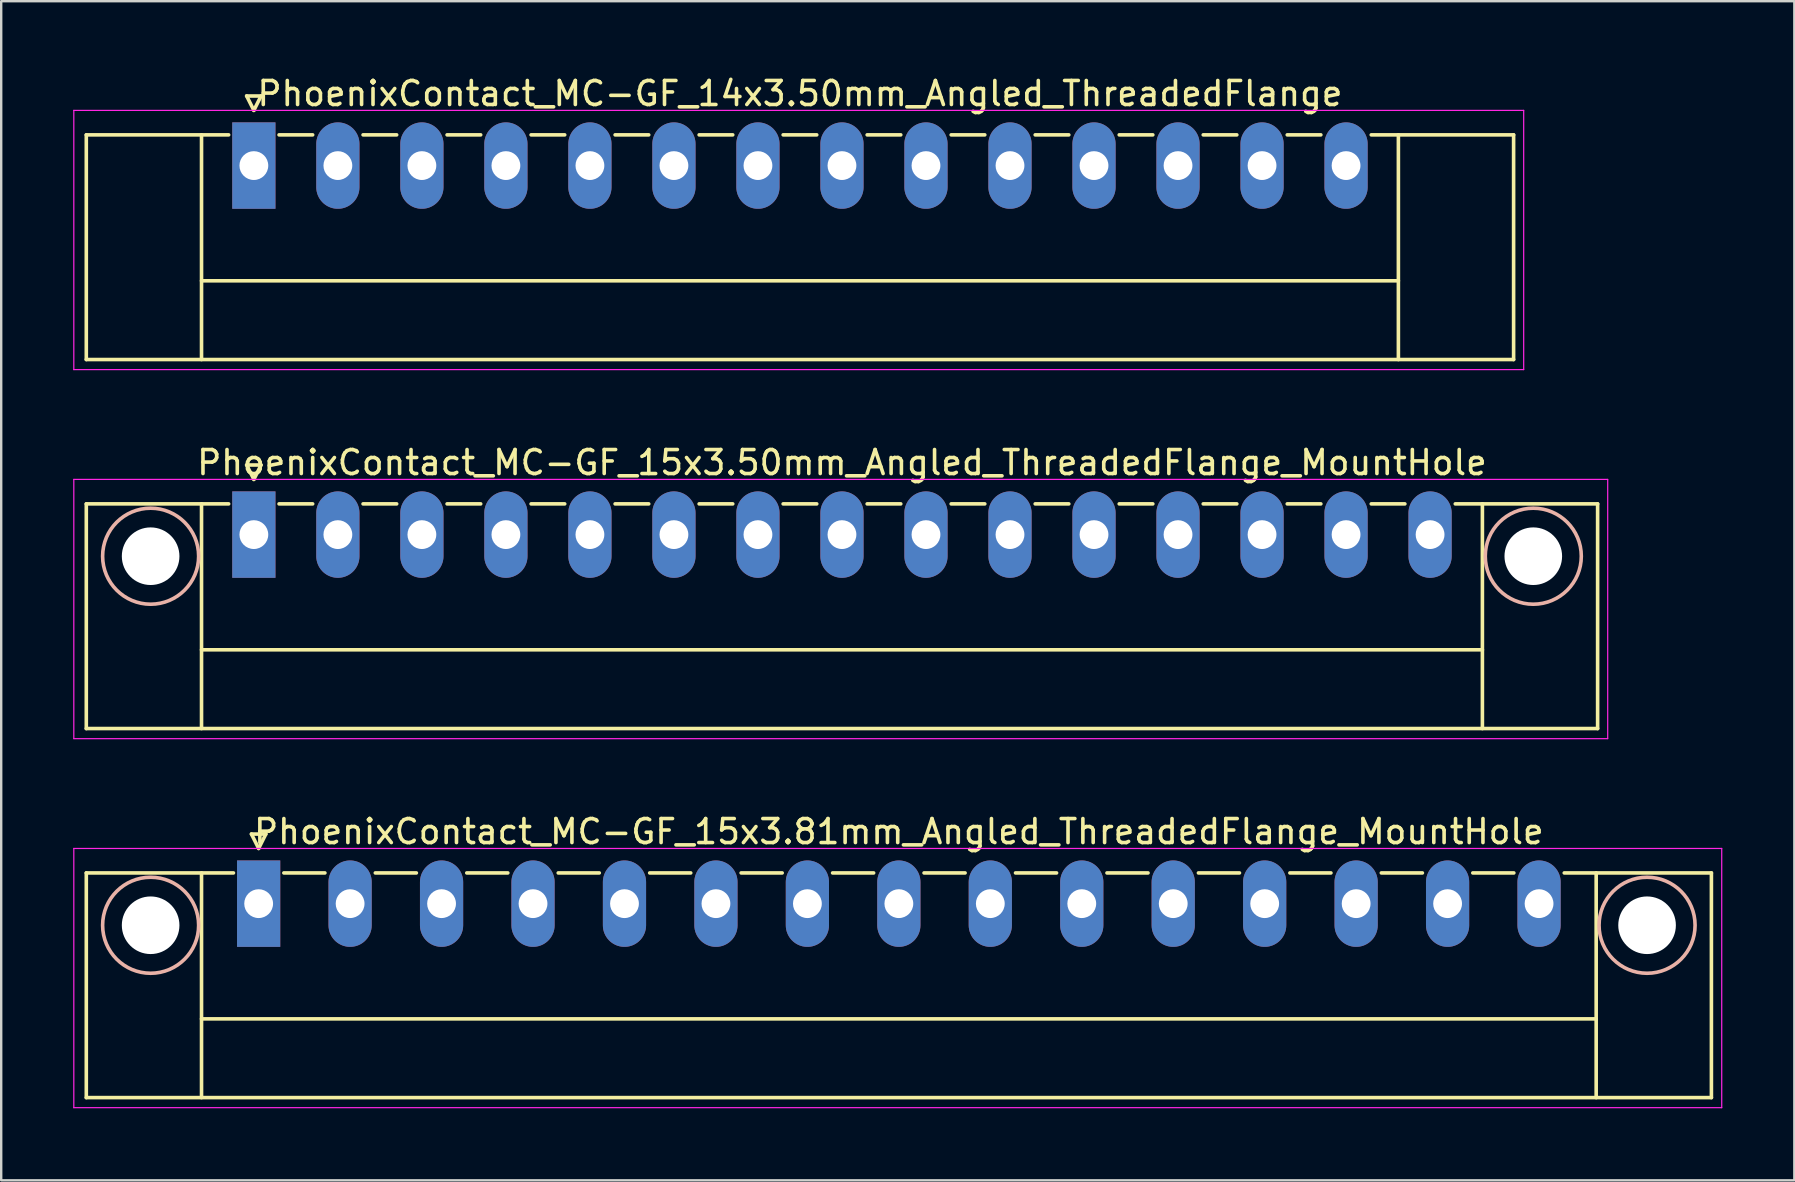
<source format=kicad_pcb>
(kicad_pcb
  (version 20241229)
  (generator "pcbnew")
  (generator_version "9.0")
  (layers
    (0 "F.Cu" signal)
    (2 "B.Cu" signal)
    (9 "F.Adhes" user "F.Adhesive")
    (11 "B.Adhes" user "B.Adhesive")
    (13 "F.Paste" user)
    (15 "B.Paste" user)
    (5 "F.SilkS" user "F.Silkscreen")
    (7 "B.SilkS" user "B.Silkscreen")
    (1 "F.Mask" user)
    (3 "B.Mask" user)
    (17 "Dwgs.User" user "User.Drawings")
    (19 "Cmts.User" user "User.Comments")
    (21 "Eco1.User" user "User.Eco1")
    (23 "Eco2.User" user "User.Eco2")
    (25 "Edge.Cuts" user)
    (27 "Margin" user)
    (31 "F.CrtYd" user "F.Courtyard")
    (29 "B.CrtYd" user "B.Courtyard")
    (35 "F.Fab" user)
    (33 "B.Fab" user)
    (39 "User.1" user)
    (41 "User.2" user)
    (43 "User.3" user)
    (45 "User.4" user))
  (footprint "PhoenixContact_MC-GF_15x3.81mm_Angled_ThreadedFlange_MountHole"
    (layer "F.Cu")
    (at 7.725 34.595)
    (property "Reference" "PhoenixContact_MC-GF_15x3.81mm_Angled_ThreadedFlange_MountHole" (at 26.67 -3 0) (layer "F.SilkS") (effects (font (size 1 1) (thickness 0.15))))
    (attr through_hole)
    (fp_line (start -7.18 -1.28) (end -7.18 8.08) (stroke (width 0.15) (type solid)) (layer "F.SilkS"))
    (fp_line (start -7.18 -1.28) (end -1.05 -1.28) (stroke (width 0.15) (type solid)) (layer "F.SilkS"))
    (fp_line (start -7.18 8.08) (end 60.52 8.08) (stroke (width 0.15) (type solid)) (layer "F.SilkS"))
    (fp_line (start -2.38 -1.28) (end -2.38 8.08) (stroke (width 0.15) (type solid)) (layer "F.SilkS"))
    (fp_line (start -2.38 4.8) (end 55.72 4.8) (stroke (width 0.15) (type solid)) (layer "F.SilkS"))
    (fp_line (start -0.3 -2.9) (end 0 -2.3) (stroke (width 0.15) (type solid)) (layer "F.SilkS"))
    (fp_line (start 0 -2.3) (end 0.3 -2.9) (stroke (width 0.15) (type solid)) (layer "F.SilkS"))
    (fp_line (start 0.3 -2.9) (end -0.3 -2.9) (stroke (width 0.15) (type solid)) (layer "F.SilkS"))
    (fp_line (start 1.05 -1.28) (end 2.76 -1.28) (stroke (width 0.15) (type solid)) (layer "F.SilkS"))
    (fp_line (start 4.86 -1.28) (end 6.57 -1.28) (stroke (width 0.15) (type solid)) (layer "F.SilkS"))
    (fp_line (start 8.67 -1.28) (end 10.38 -1.28) (stroke (width 0.15) (type solid)) (layer "F.SilkS"))
    (fp_line (start 12.48 -1.28) (end 14.19 -1.28) (stroke (width 0.15) (type solid)) (layer "F.SilkS"))
    (fp_line (start 16.29 -1.28) (end 18 -1.28) (stroke (width 0.15) (type solid)) (layer "F.SilkS"))
    (fp_line (start 20.1 -1.28) (end 21.81 -1.28) (stroke (width 0.15) (type solid)) (layer "F.SilkS"))
    (fp_line (start 23.91 -1.28) (end 25.62 -1.28) (stroke (width 0.15) (type solid)) (layer "F.SilkS"))
    (fp_line (start 27.72 -1.28) (end 29.43 -1.28) (stroke (width 0.15) (type solid)) (layer "F.SilkS"))
    (fp_line (start 31.53 -1.28) (end 33.24 -1.28) (stroke (width 0.15) (type solid)) (layer "F.SilkS"))
    (fp_line (start 35.34 -1.28) (end 37.05 -1.28) (stroke (width 0.15) (type solid)) (layer "F.SilkS"))
    (fp_line (start 39.15 -1.28) (end 40.86 -1.28) (stroke (width 0.15) (type solid)) (layer "F.SilkS"))
    (fp_line (start 42.96 -1.28) (end 44.67 -1.28) (stroke (width 0.15) (type solid)) (layer "F.SilkS"))
    (fp_line (start 46.77 -1.28) (end 48.48 -1.28) (stroke (width 0.15) (type solid)) (layer "F.SilkS"))
    (fp_line (start 50.58 -1.28) (end 52.29 -1.28) (stroke (width 0.15) (type solid)) (layer "F.SilkS"))
    (fp_line (start 55.72 -1.28) (end 55.72 8.08) (stroke (width 0.15) (type solid)) (layer "F.SilkS"))
    (fp_line (start 60.52 -1.28) (end 54.39 -1.28) (stroke (width 0.15) (type solid)) (layer "F.SilkS"))
    (fp_line (start 60.52 8.08) (end 60.52 -1.28) (stroke (width 0.15) (type solid)) (layer "F.SilkS"))
    (fp_circle (center -4.5 0.9) (end -2.5 0.9) (stroke (width 0.15) (type solid)) (fill no) (layer "B.SilkS"))
    (fp_circle (center 57.84 0.9) (end 59.84 0.9) (stroke (width 0.15) (type solid)) (fill no) (layer "B.SilkS"))
    (fp_line (start -7.7 -2.3) (end -7.7 8.5) (stroke (width 0.05) (type solid)) (layer "F.CrtYd"))
    (fp_line (start -7.7 8.5) (end 60.95 8.5) (stroke (width 0.05) (type solid)) (layer "F.CrtYd"))
    (fp_line (start 60.95 -2.3) (end -7.7 -2.3) (stroke (width 0.05) (type solid)) (layer "F.CrtYd"))
    (fp_line (start 60.95 8.5) (end 60.95 -2.3) (stroke (width 0.05) (type solid)) (layer "F.CrtYd"))
    (pad "" np_thru_hole circle (at -4.5 0.9) (size 2.4 2.4) (drill 2.4) (layers "*.Cu" "*.Mask"))
    (pad "" np_thru_hole circle (at 57.84 0.9) (size 2.4 2.4) (drill 2.4) (layers "*.Cu" "*.Mask"))
    (pad "1" thru_hole rect (at 0 0) (size 1.8 3.6) (drill 1.2) (layers "*.Cu" "*.Mask"))
    (pad "2" thru_hole oval (at 3.81 0) (size 1.8 3.6) (drill 1.2) (layers "*.Cu" "*.Mask"))
    (pad "3" thru_hole oval (at 7.62 0) (size 1.8 3.6) (drill 1.2) (layers "*.Cu" "*.Mask"))
    (pad "4" thru_hole oval (at 11.43 0) (size 1.8 3.6) (drill 1.2) (layers "*.Cu" "*.Mask"))
    (pad "5" thru_hole oval (at 15.24 0) (size 1.8 3.6) (drill 1.2) (layers "*.Cu" "*.Mask"))
    (pad "6" thru_hole oval (at 19.05 0) (size 1.8 3.6) (drill 1.2) (layers "*.Cu" "*.Mask"))
    (pad "7" thru_hole oval (at 22.86 0) (size 1.8 3.6) (drill 1.2) (layers "*.Cu" "*.Mask"))
    (pad "8" thru_hole oval (at 26.67 0) (size 1.8 3.6) (drill 1.2) (layers "*.Cu" "*.Mask"))
    (pad "9" thru_hole oval (at 30.48 0) (size 1.8 3.6) (drill 1.2) (layers "*.Cu" "*.Mask"))
    (pad "10" thru_hole oval (at 34.29 0) (size 1.8 3.6) (drill 1.2) (layers "*.Cu" "*.Mask"))
    (pad "11" thru_hole oval (at 38.1 0) (size 1.8 3.6) (drill 1.2) (layers "*.Cu" "*.Mask"))
    (pad "12" thru_hole oval (at 41.91 0) (size 1.8 3.6) (drill 1.2) (layers "*.Cu" "*.Mask"))
    (pad "13" thru_hole oval (at 45.72 0) (size 1.8 3.6) (drill 1.2) (layers "*.Cu" "*.Mask"))
    (pad "14" thru_hole oval (at 49.53 0) (size 1.8 3.6) (drill 1.2) (layers "*.Cu" "*.Mask"))
    (pad "15" thru_hole oval (at 53.34 0) (size 1.8 3.6) (drill 1.2) (layers "*.Cu" "*.Mask")))
  (footprint "PhoenixContact_MC-GF_15x3.50mm_Angled_ThreadedFlange_MountHole"
    (layer "F.Cu")
    (at 7.525 19.221)
    (property "Reference" "PhoenixContact_MC-GF_15x3.50mm_Angled_ThreadedFlange_MountHole" (at 24.5 -3 0) (layer "F.SilkS") (effects (font (size 1 1) (thickness 0.15))))
    (attr through_hole)
    (fp_line (start -6.98 -1.28) (end -6.98 8.08) (stroke (width 0.15) (type solid)) (layer "F.SilkS"))
    (fp_line (start -6.98 -1.28) (end -1.05 -1.28) (stroke (width 0.15) (type solid)) (layer "F.SilkS"))
    (fp_line (start -6.98 8.08) (end 55.98 8.08) (stroke (width 0.15) (type solid)) (layer "F.SilkS"))
    (fp_line (start -2.18 -1.28) (end -2.18 8.08) (stroke (width 0.15) (type solid)) (layer "F.SilkS"))
    (fp_line (start -2.18 4.8) (end 51.18 4.8) (stroke (width 0.15) (type solid)) (layer "F.SilkS"))
    (fp_line (start -0.3 -2.9) (end 0 -2.3) (stroke (width 0.15) (type solid)) (layer "F.SilkS"))
    (fp_line (start 0 -2.3) (end 0.3 -2.9) (stroke (width 0.15) (type solid)) (layer "F.SilkS"))
    (fp_line (start 0.3 -2.9) (end -0.3 -2.9) (stroke (width 0.15) (type solid)) (layer "F.SilkS"))
    (fp_line (start 1.05 -1.28) (end 2.45 -1.28) (stroke (width 0.15) (type solid)) (layer "F.SilkS"))
    (fp_line (start 4.55 -1.28) (end 5.95 -1.28) (stroke (width 0.15) (type solid)) (layer "F.SilkS"))
    (fp_line (start 8.05 -1.28) (end 9.45 -1.28) (stroke (width 0.15) (type solid)) (layer "F.SilkS"))
    (fp_line (start 11.55 -1.28) (end 12.95 -1.28) (stroke (width 0.15) (type solid)) (layer "F.SilkS"))
    (fp_line (start 15.05 -1.28) (end 16.45 -1.28) (stroke (width 0.15) (type solid)) (layer "F.SilkS"))
    (fp_line (start 18.55 -1.28) (end 19.95 -1.28) (stroke (width 0.15) (type solid)) (layer "F.SilkS"))
    (fp_line (start 22.05 -1.28) (end 23.45 -1.28) (stroke (width 0.15) (type solid)) (layer "F.SilkS"))
    (fp_line (start 25.55 -1.28) (end 26.95 -1.28) (stroke (width 0.15) (type solid)) (layer "F.SilkS"))
    (fp_line (start 29.05 -1.28) (end 30.45 -1.28) (stroke (width 0.15) (type solid)) (layer "F.SilkS"))
    (fp_line (start 32.55 -1.28) (end 33.95 -1.28) (stroke (width 0.15) (type solid)) (layer "F.SilkS"))
    (fp_line (start 36.05 -1.28) (end 37.45 -1.28) (stroke (width 0.15) (type solid)) (layer "F.SilkS"))
    (fp_line (start 39.55 -1.28) (end 40.95 -1.28) (stroke (width 0.15) (type solid)) (layer "F.SilkS"))
    (fp_line (start 43.05 -1.28) (end 44.45 -1.28) (stroke (width 0.15) (type solid)) (layer "F.SilkS"))
    (fp_line (start 46.55 -1.28) (end 47.95 -1.28) (stroke (width 0.15) (type solid)) (layer "F.SilkS"))
    (fp_line (start 51.18 -1.28) (end 51.18 8.08) (stroke (width 0.15) (type solid)) (layer "F.SilkS"))
    (fp_line (start 55.98 -1.28) (end 50.05 -1.28) (stroke (width 0.15) (type solid)) (layer "F.SilkS"))
    (fp_line (start 55.98 8.08) (end 55.98 -1.28) (stroke (width 0.15) (type solid)) (layer "F.SilkS"))
    (fp_circle (center -4.3 0.9) (end -2.3 0.9) (stroke (width 0.15) (type solid)) (fill no) (layer "B.SilkS"))
    (fp_circle (center 53.3 0.9) (end 55.3 0.9) (stroke (width 0.15) (type solid)) (fill no) (layer "B.SilkS"))
    (fp_line (start -7.5 -2.3) (end -7.5 8.5) (stroke (width 0.05) (type solid)) (layer "F.CrtYd"))
    (fp_line (start -7.5 8.5) (end 56.4 8.5) (stroke (width 0.05) (type solid)) (layer "F.CrtYd"))
    (fp_line (start 56.4 -2.3) (end -7.5 -2.3) (stroke (width 0.05) (type solid)) (layer "F.CrtYd"))
    (fp_line (start 56.4 8.5) (end 56.4 -2.3) (stroke (width 0.05) (type solid)) (layer "F.CrtYd"))
    (pad "" np_thru_hole circle (at -4.3 0.9) (size 2.4 2.4) (drill 2.4) (layers "*.Cu" "*.Mask"))
    (pad "" np_thru_hole circle (at 53.3 0.9) (size 2.4 2.4) (drill 2.4) (layers "*.Cu" "*.Mask"))
    (pad "1" thru_hole rect (at 0 0) (size 1.8 3.6) (drill 1.2) (layers "*.Cu" "*.Mask"))
    (pad "2" thru_hole oval (at 3.5 0) (size 1.8 3.6) (drill 1.2) (layers "*.Cu" "*.Mask"))
    (pad "3" thru_hole oval (at 7 0) (size 1.8 3.6) (drill 1.2) (layers "*.Cu" "*.Mask"))
    (pad "4" thru_hole oval (at 10.5 0) (size 1.8 3.6) (drill 1.2) (layers "*.Cu" "*.Mask"))
    (pad "5" thru_hole oval (at 14 0) (size 1.8 3.6) (drill 1.2) (layers "*.Cu" "*.Mask"))
    (pad "6" thru_hole oval (at 17.5 0) (size 1.8 3.6) (drill 1.2) (layers "*.Cu" "*.Mask"))
    (pad "7" thru_hole oval (at 21 0) (size 1.8 3.6) (drill 1.2) (layers "*.Cu" "*.Mask"))
    (pad "8" thru_hole oval (at 24.5 0) (size 1.8 3.6) (drill 1.2) (layers "*.Cu" "*.Mask"))
    (pad "9" thru_hole oval (at 28 0) (size 1.8 3.6) (drill 1.2) (layers "*.Cu" "*.Mask"))
    (pad "10" thru_hole oval (at 31.5 0) (size 1.8 3.6) (drill 1.2) (layers "*.Cu" "*.Mask"))
    (pad "11" thru_hole oval (at 35 0) (size 1.8 3.6) (drill 1.2) (layers "*.Cu" "*.Mask"))
    (pad "12" thru_hole oval (at 38.5 0) (size 1.8 3.6) (drill 1.2) (layers "*.Cu" "*.Mask"))
    (pad "13" thru_hole oval (at 42 0) (size 1.8 3.6) (drill 1.2) (layers "*.Cu" "*.Mask"))
    (pad "14" thru_hole oval (at 45.5 0) (size 1.8 3.6) (drill 1.2) (layers "*.Cu" "*.Mask"))
    (pad "15" thru_hole oval (at 49 0) (size 1.8 3.6) (drill 1.2) (layers "*.Cu" "*.Mask")))
  (footprint "PhoenixContact_MC-GF_14x3.50mm_Angled_ThreadedFlange"
    (layer "F.Cu")
    (at 7.525 3.848)
    (property "Reference" "PhoenixContact_MC-GF_14x3.50mm_Angled_ThreadedFlange" (at 22.75 -3 0) (layer "F.SilkS") (effects (font (size 1 1) (thickness 0.15))))
    (attr through_hole)
    (fp_line (start -6.98 -1.28) (end -6.98 8.08) (stroke (width 0.15) (type solid)) (layer "F.SilkS"))
    (fp_line (start -6.98 -1.28) (end -1.05 -1.28) (stroke (width 0.15) (type solid)) (layer "F.SilkS"))
    (fp_line (start -6.98 8.08) (end 52.48 8.08) (stroke (width 0.15) (type solid)) (layer "F.SilkS"))
    (fp_line (start -2.18 -1.28) (end -2.18 8.08) (stroke (width 0.15) (type solid)) (layer "F.SilkS"))
    (fp_line (start -2.18 4.8) (end 47.68 4.8) (stroke (width 0.15) (type solid)) (layer "F.SilkS"))
    (fp_line (start -0.3 -2.9) (end 0 -2.3) (stroke (width 0.15) (type solid)) (layer "F.SilkS"))
    (fp_line (start 0 -2.3) (end 0.3 -2.9) (stroke (width 0.15) (type solid)) (layer "F.SilkS"))
    (fp_line (start 0.3 -2.9) (end -0.3 -2.9) (stroke (width 0.15) (type solid)) (layer "F.SilkS"))
    (fp_line (start 1.05 -1.28) (end 2.45 -1.28) (stroke (width 0.15) (type solid)) (layer "F.SilkS"))
    (fp_line (start 4.55 -1.28) (end 5.95 -1.28) (stroke (width 0.15) (type solid)) (layer "F.SilkS"))
    (fp_line (start 8.05 -1.28) (end 9.45 -1.28) (stroke (width 0.15) (type solid)) (layer "F.SilkS"))
    (fp_line (start 11.55 -1.28) (end 12.95 -1.28) (stroke (width 0.15) (type solid)) (layer "F.SilkS"))
    (fp_line (start 15.05 -1.28) (end 16.45 -1.28) (stroke (width 0.15) (type solid)) (layer "F.SilkS"))
    (fp_line (start 18.55 -1.28) (end 19.95 -1.28) (stroke (width 0.15) (type solid)) (layer "F.SilkS"))
    (fp_line (start 22.05 -1.28) (end 23.45 -1.28) (stroke (width 0.15) (type solid)) (layer "F.SilkS"))
    (fp_line (start 25.55 -1.28) (end 26.95 -1.28) (stroke (width 0.15) (type solid)) (layer "F.SilkS"))
    (fp_line (start 29.05 -1.28) (end 30.45 -1.28) (stroke (width 0.15) (type solid)) (layer "F.SilkS"))
    (fp_line (start 32.55 -1.28) (end 33.95 -1.28) (stroke (width 0.15) (type solid)) (layer "F.SilkS"))
    (fp_line (start 36.05 -1.28) (end 37.45 -1.28) (stroke (width 0.15) (type solid)) (layer "F.SilkS"))
    (fp_line (start 39.55 -1.28) (end 40.95 -1.28) (stroke (width 0.15) (type solid)) (layer "F.SilkS"))
    (fp_line (start 43.05 -1.28) (end 44.45 -1.28) (stroke (width 0.15) (type solid)) (layer "F.SilkS"))
    (fp_line (start 47.68 -1.28) (end 47.68 8.08) (stroke (width 0.15) (type solid)) (layer "F.SilkS"))
    (fp_line (start 52.48 -1.28) (end 46.55 -1.28) (stroke (width 0.15) (type solid)) (layer "F.SilkS"))
    (fp_line (start 52.48 8.08) (end 52.48 -1.28) (stroke (width 0.15) (type solid)) (layer "F.SilkS"))
    (fp_line (start -7.5 -2.3) (end -7.5 8.5) (stroke (width 0.05) (type solid)) (layer "F.CrtYd"))
    (fp_line (start -7.5 8.5) (end 52.9 8.5) (stroke (width 0.05) (type solid)) (layer "F.CrtYd"))
    (fp_line (start 52.9 -2.3) (end -7.5 -2.3) (stroke (width 0.05) (type solid)) (layer "F.CrtYd"))
    (fp_line (start 52.9 8.5) (end 52.9 -2.3) (stroke (width 0.05) (type solid)) (layer "F.CrtYd"))
    (pad "1" thru_hole rect (at 0 0) (size 1.8 3.6) (drill 1.2) (layers "*.Cu" "*.Mask"))
    (pad "2" thru_hole oval (at 3.5 0) (size 1.8 3.6) (drill 1.2) (layers "*.Cu" "*.Mask"))
    (pad "3" thru_hole oval (at 7 0) (size 1.8 3.6) (drill 1.2) (layers "*.Cu" "*.Mask"))
    (pad "4" thru_hole oval (at 10.5 0) (size 1.8 3.6) (drill 1.2) (layers "*.Cu" "*.Mask"))
    (pad "5" thru_hole oval (at 14 0) (size 1.8 3.6) (drill 1.2) (layers "*.Cu" "*.Mask"))
    (pad "6" thru_hole oval (at 17.5 0) (size 1.8 3.6) (drill 1.2) (layers "*.Cu" "*.Mask"))
    (pad "7" thru_hole oval (at 21 0) (size 1.8 3.6) (drill 1.2) (layers "*.Cu" "*.Mask"))
    (pad "8" thru_hole oval (at 24.5 0) (size 1.8 3.6) (drill 1.2) (layers "*.Cu" "*.Mask"))
    (pad "9" thru_hole oval (at 28 0) (size 1.8 3.6) (drill 1.2) (layers "*.Cu" "*.Mask"))
    (pad "10" thru_hole oval (at 31.5 0) (size 1.8 3.6) (drill 1.2) (layers "*.Cu" "*.Mask"))
    (pad "11" thru_hole oval (at 35 0) (size 1.8 3.6) (drill 1.2) (layers "*.Cu" "*.Mask"))
    (pad "12" thru_hole oval (at 38.5 0) (size 1.8 3.6) (drill 1.2) (layers "*.Cu" "*.Mask"))
    (pad "13" thru_hole oval (at 42 0) (size 1.8 3.6) (drill 1.2) (layers "*.Cu" "*.Mask"))
    (pad "14" thru_hole oval (at 45.5 0) (size 1.8 3.6) (drill 1.2) (layers "*.Cu" "*.Mask")))
  (gr_rect
    (start -3 -3)
    (end 71.7 46.12)
    (stroke (width 0.1) (type default))
    (fill no)
    (layer "Edge.Cuts")))
</source>
